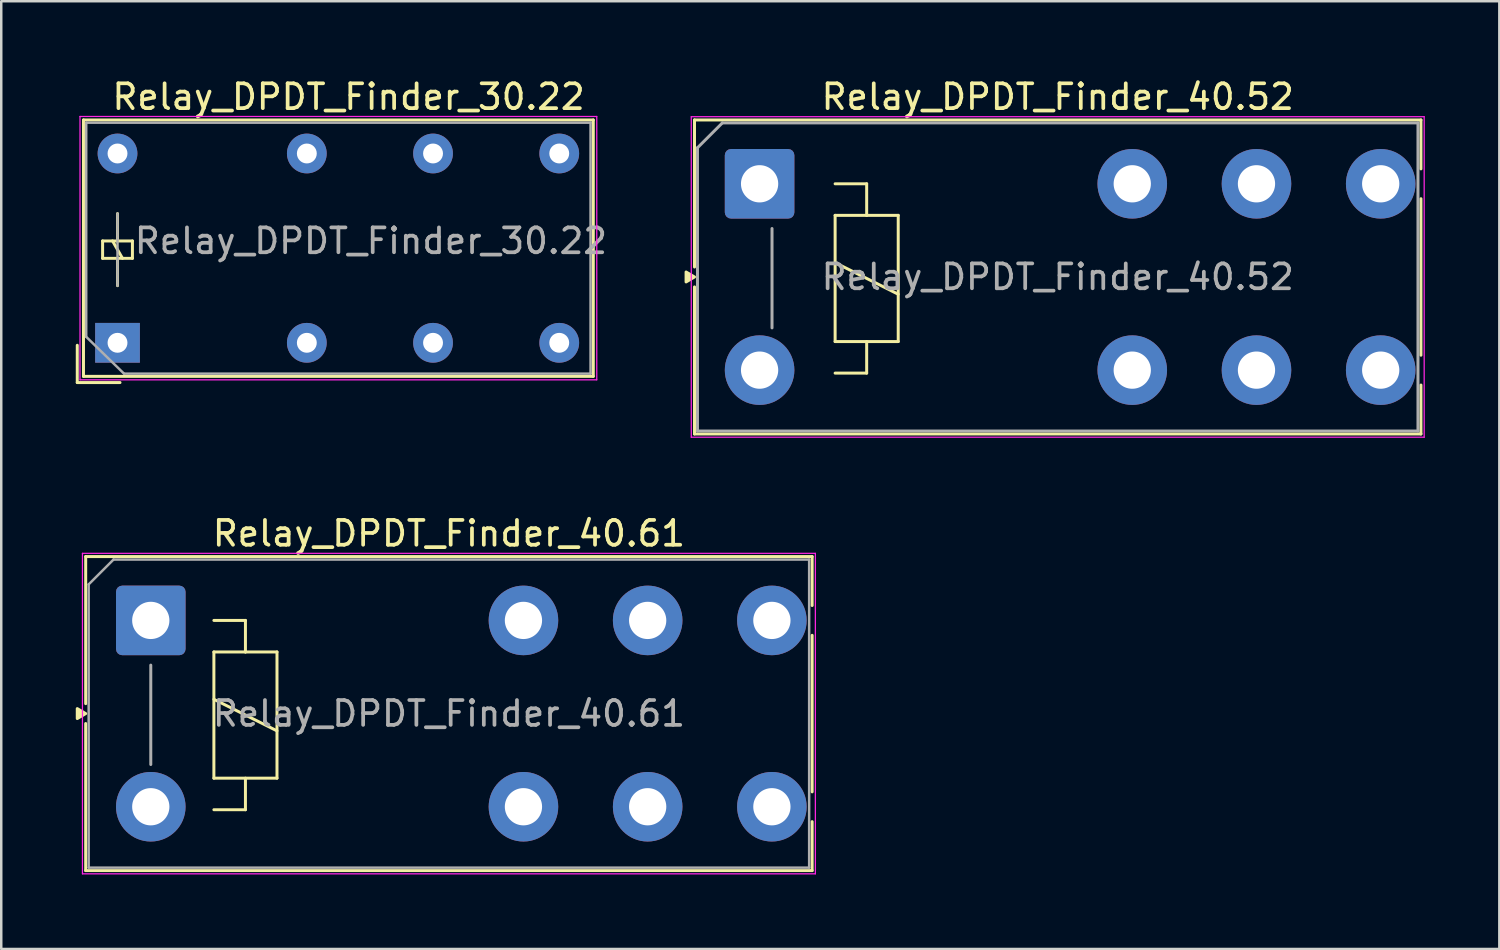
<source format=kicad_pcb>
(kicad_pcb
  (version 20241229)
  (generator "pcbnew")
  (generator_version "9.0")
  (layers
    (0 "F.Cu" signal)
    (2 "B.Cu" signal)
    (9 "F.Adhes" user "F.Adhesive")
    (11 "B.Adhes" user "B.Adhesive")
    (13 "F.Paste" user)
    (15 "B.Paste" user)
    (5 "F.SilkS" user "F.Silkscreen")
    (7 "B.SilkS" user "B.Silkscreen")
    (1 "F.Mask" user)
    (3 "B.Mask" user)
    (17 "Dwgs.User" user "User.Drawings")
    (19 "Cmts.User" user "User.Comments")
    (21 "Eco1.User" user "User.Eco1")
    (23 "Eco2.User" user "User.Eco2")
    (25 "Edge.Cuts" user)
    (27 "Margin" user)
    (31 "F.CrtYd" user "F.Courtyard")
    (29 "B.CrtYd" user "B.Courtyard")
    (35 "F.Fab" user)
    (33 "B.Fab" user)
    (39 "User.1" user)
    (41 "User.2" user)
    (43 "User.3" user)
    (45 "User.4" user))
  (footprint "Relay_DPDT_Finder_40.52"
    (layer "F.Cu")
    (at 27.524 4.348)
    (property "Reference" "Relay_DPDT_Finder_40.52" (at 12 -3.5 0) (layer "F.SilkS") (effects (font (size 1 1) (thickness 0.15))))
    (attr through_hole)
    (fp_line (start -2.62 -2.57) (end 26.62 -2.57) (stroke (width 0.12) (type solid)) (layer "F.SilkS"))
    (fp_line (start -2.62 3.35) (end -2.62 -2.57) (stroke (width 0.12) (type solid)) (layer "F.SilkS"))
    (fp_line (start -2.62 4.15) (end -2.62 10.07) (stroke (width 0.12) (type solid)) (layer "F.SilkS"))
    (fp_line (start 3.04 0) (end 4.31 0) (stroke (width 0.12) (type solid)) (layer "F.SilkS"))
    (fp_line (start 3.04 1.27) (end 4.31 1.27) (stroke (width 0.12) (type solid)) (layer "F.SilkS"))
    (fp_line (start 3.04 3.175) (end 5.58 4.445) (stroke (width 0.12) (type solid)) (layer "F.SilkS"))
    (fp_line (start 3.04 6.35) (end 3.04 1.27) (stroke (width 0.12) (type solid)) (layer "F.SilkS"))
    (fp_line (start 4.31 0) (end 4.31 1.27) (stroke (width 0.12) (type solid)) (layer "F.SilkS"))
    (fp_line (start 4.31 1.27) (end 5.58 1.27) (stroke (width 0.12) (type solid)) (layer "F.SilkS"))
    (fp_line (start 4.31 6.35) (end 4.31 7.62) (stroke (width 0.12) (type solid)) (layer "F.SilkS"))
    (fp_line (start 4.31 7.62) (end 3.04 7.62) (stroke (width 0.12) (type solid)) (layer "F.SilkS"))
    (fp_line (start 5.58 1.27) (end 5.58 6.35) (stroke (width 0.12) (type solid)) (layer "F.SilkS"))
    (fp_line (start 5.58 6.35) (end 3.04 6.35) (stroke (width 0.12) (type solid)) (layer "F.SilkS"))
    (fp_line (start 26.62 -0.6) (end 26.62 -2.57) (stroke (width 0.12) (type solid)) (layer "F.SilkS"))
    (fp_line (start 26.62 0.6) (end 26.62 6.9) (stroke (width 0.12) (type solid)) (layer "F.SilkS"))
    (fp_line (start 26.62 10.07) (end -2.62 10.07) (stroke (width 0.12) (type solid)) (layer "F.SilkS"))
    (fp_line (start 26.62 10.07) (end 26.62 8.1) (stroke (width 0.12) (type solid)) (layer "F.SilkS"))
    (fp_poly (pts (xy -2.62 3.75) (xy -2.959 3.95) (xy -2.959 3.55) (xy -2.62 3.75)) (stroke (width 0.12) (type solid)) (fill yes) (layer "F.SilkS"))
    (fp_line (start -2.75 -2.7) (end -2.75 10.2) (stroke (width 0.05) (type solid)) (layer "F.CrtYd"))
    (fp_line (start -2.75 -2.7) (end 26.75 -2.7) (stroke (width 0.05) (type solid)) (layer "F.CrtYd"))
    (fp_line (start 26.75 10.2) (end -2.75 10.2) (stroke (width 0.05) (type solid)) (layer "F.CrtYd"))
    (fp_line (start 26.75 10.2) (end 26.75 -2.7) (stroke (width 0.05) (type solid)) (layer "F.CrtYd"))
    (fp_line (start -2.5 -1.45) (end -1.5 -2.45) (stroke (width 0.12) (type default)) (layer "F.Fab"))
    (fp_line (start -2.5 9.95) (end -2.5 -1.45) (stroke (width 0.12) (type solid)) (layer "F.Fab"))
    (fp_line (start -2.5 9.95) (end 26.5 9.95) (stroke (width 0.12) (type solid)) (layer "F.Fab"))
    (fp_line (start 0.5 1.8) (end 0.5 5.8) (stroke (width 0.12) (type solid)) (layer "F.Fab"))
    (fp_line (start 26.5 -2.45) (end -1.5 -2.45) (stroke (width 0.12) (type solid)) (layer "F.Fab"))
    (fp_line (start 26.5 9.95) (end 26.5 -2.45) (stroke (width 0.12) (type solid)) (layer "F.Fab"))
    (fp_text user "${REFERENCE}" (at 12 3.75 0) (layer "F.Fab") (effects (font (size 1 1) (thickness 0.15))))
    (pad "11" thru_hole circle (at 20 0) (size 2.8 2.8) (drill 1.5) (layers "*.Cu" "*.Mask"))
    (pad "12" thru_hole circle (at 15 0) (size 2.8 2.8) (drill 1.5) (layers "*.Cu" "*.Mask"))
    (pad "14" thru_hole circle (at 25 0) (size 2.8 2.8) (drill 1.5) (layers "*.Cu" "*.Mask"))
    (pad "21" thru_hole circle (at 20 7.5) (size 2.8 2.8) (drill 1.5) (layers "*.Cu" "*.Mask"))
    (pad "22" thru_hole circle (at 15 7.5) (size 2.8 2.8) (drill 1.5) (layers "*.Cu" "*.Mask"))
    (pad "24" thru_hole circle (at 25 7.5) (size 2.8 2.8) (drill 1.5) (layers "*.Cu" "*.Mask"))
    (pad "A1" thru_hole roundrect (at 0 0) (size 2.8 2.8) (drill 1.5) (layers "*.Cu" "*.Mask") (roundrect_rratio 0.089))
    (pad "A2" thru_hole circle (at 0 7.5) (size 2.8 2.8) (drill 1.5) (layers "*.Cu" "*.Mask")))
  (footprint "Relay_DPDT_Finder_40.61"
    (layer "F.Cu")
    (at 3.019 21.922)
    (property "Reference" "Relay_DPDT_Finder_40.61" (at 12 -3.5 0) (layer "F.SilkS") (effects (font (size 1 1) (thickness 0.15))))
    (attr through_hole)
    (fp_line (start -2.62 -2.57) (end 26.62 -2.57) (stroke (width 0.12) (type solid)) (layer "F.SilkS"))
    (fp_line (start -2.62 3.35) (end -2.62 -2.57) (stroke (width 0.12) (type solid)) (layer "F.SilkS"))
    (fp_line (start -2.62 4.15) (end -2.62 10.07) (stroke (width 0.12) (type solid)) (layer "F.SilkS"))
    (fp_line (start 2.54 0) (end 3.81 0) (stroke (width 0.12) (type solid)) (layer "F.SilkS"))
    (fp_line (start 2.54 1.27) (end 3.81 1.27) (stroke (width 0.12) (type solid)) (layer "F.SilkS"))
    (fp_line (start 2.54 3.175) (end 5.08 4.445) (stroke (width 0.12) (type solid)) (layer "F.SilkS"))
    (fp_line (start 2.54 6.35) (end 2.54 1.27) (stroke (width 0.12) (type solid)) (layer "F.SilkS"))
    (fp_line (start 3.81 0) (end 3.81 1.27) (stroke (width 0.12) (type solid)) (layer "F.SilkS"))
    (fp_line (start 3.81 1.27) (end 5.08 1.27) (stroke (width 0.12) (type solid)) (layer "F.SilkS"))
    (fp_line (start 3.81 6.35) (end 3.81 7.62) (stroke (width 0.12) (type solid)) (layer "F.SilkS"))
    (fp_line (start 3.81 7.62) (end 2.54 7.62) (stroke (width 0.12) (type solid)) (layer "F.SilkS"))
    (fp_line (start 5.08 1.27) (end 5.08 6.35) (stroke (width 0.12) (type solid)) (layer "F.SilkS"))
    (fp_line (start 5.08 6.35) (end 2.54 6.35) (stroke (width 0.12) (type solid)) (layer "F.SilkS"))
    (fp_line (start 26.62 -0.6) (end 26.62 -2.57) (stroke (width 0.12) (type solid)) (layer "F.SilkS"))
    (fp_line (start 26.62 0.6) (end 26.62 6.9) (stroke (width 0.12) (type solid)) (layer "F.SilkS"))
    (fp_line (start 26.62 10.07) (end -2.62 10.07) (stroke (width 0.12) (type solid)) (layer "F.SilkS"))
    (fp_line (start 26.62 10.07) (end 26.62 8.1) (stroke (width 0.12) (type solid)) (layer "F.SilkS"))
    (fp_poly (pts (xy -2.62 3.75) (xy -2.959 3.95) (xy -2.959 3.55) (xy -2.62 3.75)) (stroke (width 0.12) (type solid)) (fill yes) (layer "F.SilkS"))
    (fp_line (start -2.75 -2.7) (end -2.75 10.2) (stroke (width 0.05) (type solid)) (layer "F.CrtYd"))
    (fp_line (start -2.75 -2.7) (end 26.75 -2.7) (stroke (width 0.05) (type solid)) (layer "F.CrtYd"))
    (fp_line (start 26.75 10.2) (end -2.75 10.2) (stroke (width 0.05) (type solid)) (layer "F.CrtYd"))
    (fp_line (start 26.75 10.2) (end 26.75 -2.7) (stroke (width 0.05) (type solid)) (layer "F.CrtYd"))
    (fp_line (start -2.5 -1.45) (end -1.5 -2.45) (stroke (width 0.1) (type default)) (layer "F.Fab"))
    (fp_line (start -2.5 9.95) (end -2.5 -1.45) (stroke (width 0.1) (type solid)) (layer "F.Fab"))
    (fp_line (start -2.5 9.95) (end 26.5 9.95) (stroke (width 0.1) (type solid)) (layer "F.Fab"))
    (fp_line (start 0 1.8) (end 0 5.8) (stroke (width 0.12) (type solid)) (layer "F.Fab"))
    (fp_line (start 26.5 -2.45) (end -1.5 -2.45) (stroke (width 0.1) (type solid)) (layer "F.Fab"))
    (fp_line (start 26.5 9.95) (end 26.5 -2.45) (stroke (width 0.1) (type solid)) (layer "F.Fab"))
    (fp_text user "${REFERENCE}" (at 12 3.75 0) (layer "F.Fab") (effects (font (size 1 1) (thickness 0.15))))
    (pad "11" thru_hole circle (at 20 0) (size 2.8 2.8) (drill 1.5) (layers "*.Cu" "*.Mask"))
    (pad "12" thru_hole circle (at 15 0) (size 2.8 2.8) (drill 1.5) (layers "*.Cu" "*.Mask"))
    (pad "14" thru_hole circle (at 25 0) (size 2.8 2.8) (drill 1.5) (layers "*.Cu" "*.Mask"))
    (pad "21" thru_hole circle (at 20 7.5) (size 2.8 2.8) (drill 1.5) (layers "*.Cu" "*.Mask"))
    (pad "22" thru_hole circle (at 15 7.5) (size 2.8 2.8) (drill 1.5) (layers "*.Cu" "*.Mask"))
    (pad "24" thru_hole circle (at 25 7.5) (size 2.8 2.8) (drill 1.5) (layers "*.Cu" "*.Mask"))
    (pad "A1" thru_hole roundrect (at 0 0) (size 2.8 2.8) (drill 1.5) (layers "*.Cu" "*.Mask") (roundrect_rratio 0.089))
    (pad "A2" thru_hole circle (at 0 7.5) (size 2.8 2.8) (drill 1.5) (layers "*.Cu" "*.Mask")))
  (footprint "Relay_DPDT_Finder_30.22"
    (layer "F.Cu")
    (at 1.68 10.748)
    (property "Reference" "Relay_DPDT_Finder_30.22" (at 9.3 -9.9 0) (layer "F.SilkS") (effects (font (size 1 1) (thickness 0.15))))
    (attr through_hole)
    (fp_line (start -1.62 1.6) (end -1.62 0.1) (stroke (width 0.12) (type solid)) (layer "F.SilkS"))
    (fp_line (start -1.37 -8.97) (end 19.15 -8.97) (stroke (width 0.12) (type solid)) (layer "F.SilkS"))
    (fp_line (start -1.37 1.35) (end -1.37 -8.97) (stroke (width 0.12) (type solid)) (layer "F.SilkS"))
    (fp_line (start -0.6 -4.1) (end -0.6 -3.4) (stroke (width 0.12) (type solid)) (layer "F.SilkS"))
    (fp_line (start -0.6 -3.4) (end 0.6 -3.4) (stroke (width 0.12) (type solid)) (layer "F.SilkS"))
    (fp_line (start 0 -4.1) (end 0 -5.2) (stroke (width 0.12) (type solid)) (layer "F.SilkS"))
    (fp_line (start 0 -3.4) (end 0 -2.3) (stroke (width 0.12) (type solid)) (layer "F.SilkS"))
    (fp_line (start 0.1 1.6) (end -1.62 1.6) (stroke (width 0.12) (type solid)) (layer "F.SilkS"))
    (fp_line (start 0.2 -3.4) (end -0.2 -4.1) (stroke (width 0.12) (type solid)) (layer "F.SilkS"))
    (fp_line (start 0.6 -4.1) (end -0.6 -4.1) (stroke (width 0.12) (type solid)) (layer "F.SilkS"))
    (fp_line (start 0.6 -3.4) (end 0.6 -4.1) (stroke (width 0.12) (type solid)) (layer "F.SilkS"))
    (fp_line (start 19.15 -8.97) (end 19.15 1.35) (stroke (width 0.12) (type solid)) (layer "F.SilkS"))
    (fp_line (start 19.15 1.35) (end -1.37 1.35) (stroke (width 0.12) (type solid)) (layer "F.SilkS"))
    (fp_line (start -1.51 -9.11) (end -1.51 1.49) (stroke (width 0.05) (type solid)) (layer "F.CrtYd"))
    (fp_line (start -1.51 -9.11) (end 19.29 -9.11) (stroke (width 0.05) (type solid)) (layer "F.CrtYd"))
    (fp_line (start 19.29 1.49) (end -1.51 1.49) (stroke (width 0.05) (type solid)) (layer "F.CrtYd"))
    (fp_line (start 19.29 1.49) (end 19.29 -9.11) (stroke (width 0.05) (type solid)) (layer "F.CrtYd"))
    (fp_line (start -1.26 -8.86) (end 19.04 -8.86) (stroke (width 0.1) (type solid)) (layer "F.Fab"))
    (fp_line (start -1.26 -0.24) (end -1.26 -8.86) (stroke (width 0.1) (type solid)) (layer "F.Fab"))
    (fp_line (start 0 -2.3) (end 0 -5.2) (stroke (width 0.1) (type solid)) (layer "F.Fab"))
    (fp_line (start 0.26 1.24) (end -1.26 -0.24) (stroke (width 0.1) (type solid)) (layer "F.Fab"))
    (fp_line (start 19.04 -8.86) (end 19.04 1.24) (stroke (width 0.1) (type solid)) (layer "F.Fab"))
    (fp_line (start 19.04 1.24) (end 0.26 1.24) (stroke (width 0.1) (type solid)) (layer "F.Fab"))
    (fp_text user "${REFERENCE}" (at 10.2 -4.1 180) (layer "F.Fab") (effects (font (size 1 1) (thickness 0.15))))
    (pad "11" thru_hole circle (at 7.62 0 90) (size 1.6 1.6) (drill 0.8) (layers "*.Cu" "*.Mask"))
    (pad "12" thru_hole circle (at 12.7 0 90) (size 1.6 1.6) (drill 0.8) (layers "*.Cu" "*.Mask"))
    (pad "14" thru_hole circle (at 17.78 0 90) (size 1.6 1.6) (drill 0.8) (layers "*.Cu" "*.Mask"))
    (pad "21" thru_hole circle (at 7.62 -7.62 90) (size 1.6 1.6) (drill 0.8) (layers "*.Cu" "*.Mask"))
    (pad "22" thru_hole circle (at 12.7 -7.62 90) (size 1.6 1.6) (drill 0.8) (layers "*.Cu" "*.Mask"))
    (pad "24" thru_hole circle (at 17.78 -7.62 180) (size 1.6 1.6) (drill 0.8) (layers "*.Cu" "*.Mask"))
    (pad "A1" thru_hole rect (at 0 0 90) (size 1.6 1.8) (drill 0.8) (layers "*.Cu" "*.Mask"))
    (pad "A2" thru_hole circle (at 0 -7.62 90) (size 1.6 1.6) (drill 0.8) (layers "*.Cu" "*.Mask")))
  (gr_rect
    (start -3 -3)
    (end 57.299 35.147)
    (stroke (width 0.1) (type default))
    (fill no)
    (layer "Edge.Cuts")))
</source>
